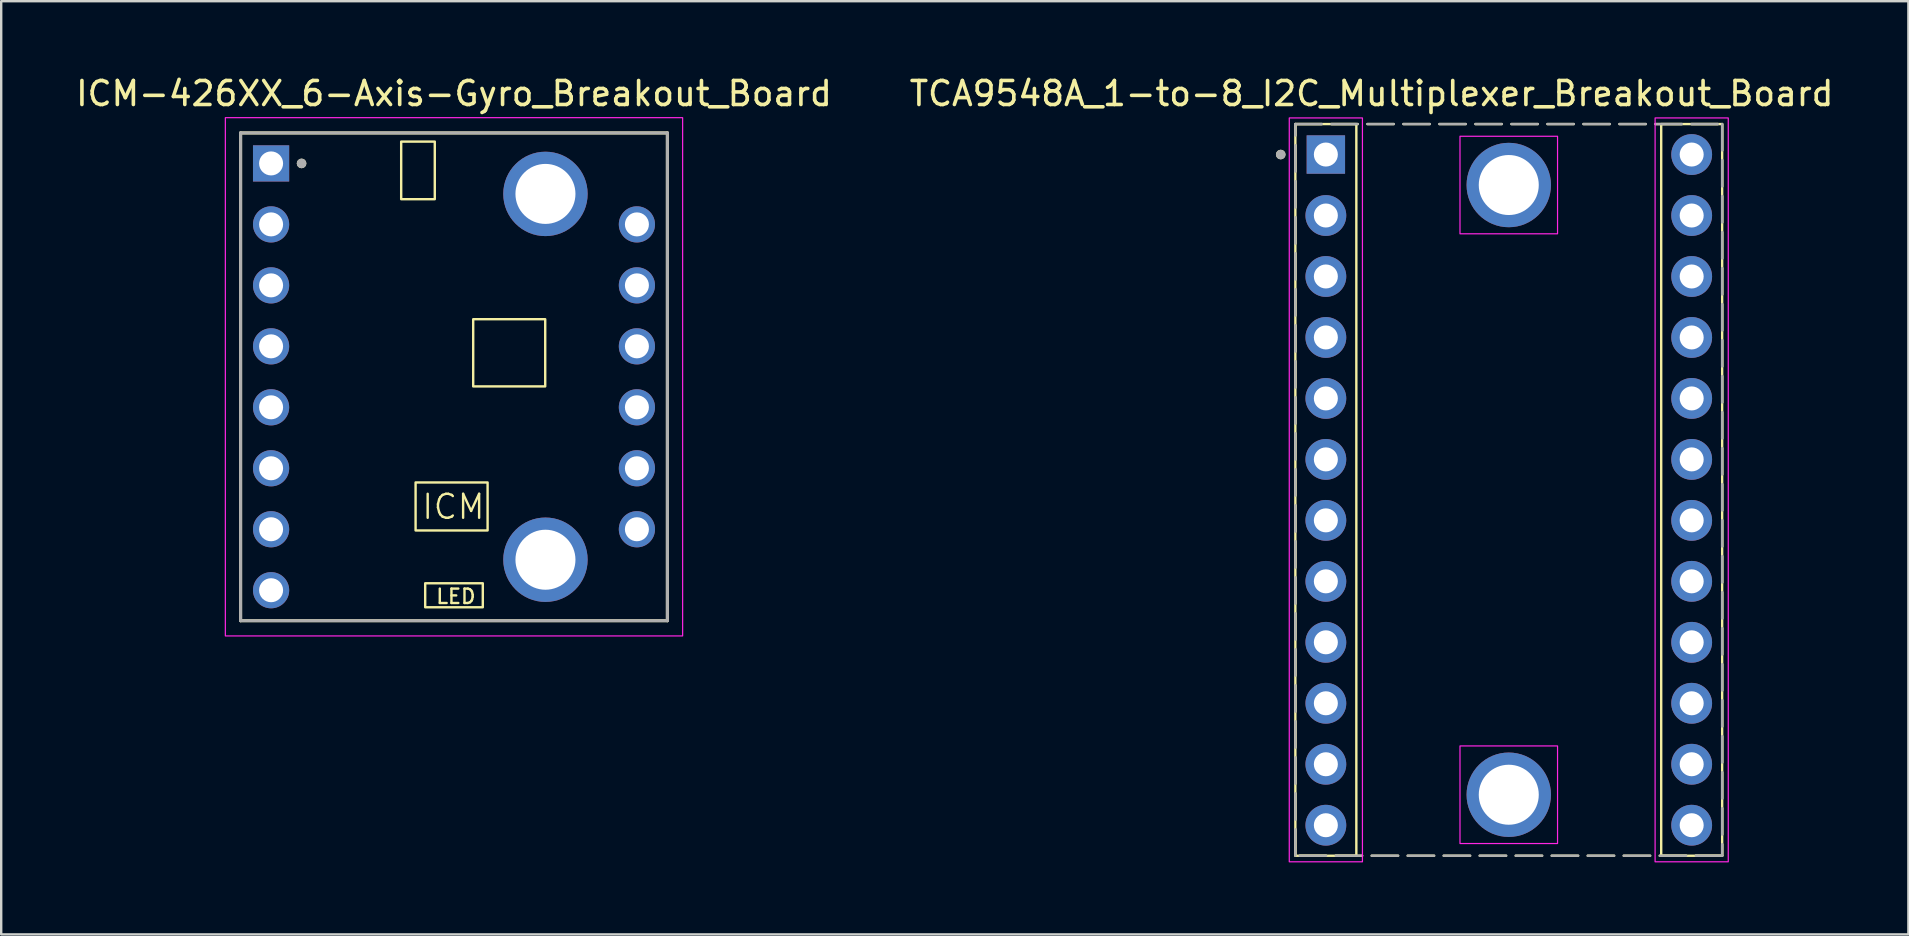
<source format=kicad_pcb>
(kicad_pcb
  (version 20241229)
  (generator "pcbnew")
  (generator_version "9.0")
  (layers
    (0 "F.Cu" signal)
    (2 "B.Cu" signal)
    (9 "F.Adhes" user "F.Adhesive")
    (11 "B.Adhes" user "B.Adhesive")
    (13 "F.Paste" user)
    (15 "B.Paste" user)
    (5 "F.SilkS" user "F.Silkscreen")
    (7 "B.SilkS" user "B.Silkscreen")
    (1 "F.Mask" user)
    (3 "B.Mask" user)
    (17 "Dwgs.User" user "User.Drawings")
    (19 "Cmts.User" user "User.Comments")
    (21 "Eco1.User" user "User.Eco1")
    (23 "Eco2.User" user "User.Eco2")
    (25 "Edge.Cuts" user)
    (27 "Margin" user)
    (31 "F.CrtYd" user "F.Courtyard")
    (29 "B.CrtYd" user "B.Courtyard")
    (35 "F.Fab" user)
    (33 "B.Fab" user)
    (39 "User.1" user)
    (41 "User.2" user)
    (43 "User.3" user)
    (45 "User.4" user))
  (footprint "ICM-426XX_6-Axis-Gyro_Breakout_Board"
    (layer "F.Cu")
    (at 15.863 12.648)
    (property "Reference" "ICM-426XX_6-Axis-Gyro_Breakout_Board" (at 0 -11.8 0) (layer "F.SilkS") (effects (font (size 1 1) (thickness 0.15))))
    (attr through_hole)
    (fp_line (start -8.89 -10.16) (end 8.89 -10.16) (stroke (width 0.127) (type solid)) (layer "F.SilkS"))
    (fp_line (start -8.89 10.16) (end -8.89 -10.16) (stroke (width 0.127) (type solid)) (layer "F.SilkS"))
    (fp_line (start 8.89 -10.16) (end 8.89 10.16) (stroke (width 0.127) (type solid)) (layer "F.SilkS"))
    (fp_line (start 8.89 10.16) (end -8.89 10.16) (stroke (width 0.127) (type solid)) (layer "F.SilkS"))
    (fp_rect (start -2.2 -9.8) (end -0.8 -7.4) (stroke (width 0.1) (type default)) (fill no) (layer "F.SilkS"))
    (fp_rect (start -1.6 4.4) (end 1.4 6.4) (stroke (width 0.1) (type default)) (fill no) (layer "F.SilkS"))
    (fp_rect (start -1.2 8.6) (end 1.2 9.6) (stroke (width 0.1) (type default)) (fill no) (layer "F.SilkS"))
    (fp_rect (start 0.8 -2.4) (end 3.8 0.4) (stroke (width 0.1) (type default)) (fill no) (layer "F.SilkS"))
    (fp_circle (center -6.35 -8.89) (end -6.25 -8.89) (stroke (width 0.2) (type solid)) (fill no) (layer "F.SilkS"))
    (fp_rect (start -9.525 -10.795) (end 9.525 10.795) (stroke (width 0.05) (type default)) (fill no) (layer "F.CrtYd"))
    (fp_line (start -8.89 -10.16) (end 8.89 -10.16) (stroke (width 0.127) (type solid)) (layer "F.Fab"))
    (fp_line (start -8.89 10.16) (end -8.89 -10.16) (stroke (width 0.127) (type solid)) (layer "F.Fab"))
    (fp_line (start -8.89 10.16) (end 8.89 10.16) (stroke (width 0.127) (type solid)) (layer "F.Fab"))
    (fp_line (start 8.89 -10.16) (end 8.89 10.16) (stroke (width 0.127) (type solid)) (layer "F.Fab"))
    (fp_circle (center -6.35 -8.89) (end -6.25 -8.89) (stroke (width 0.2) (type solid)) (fill no) (layer "F.Fab"))
    (fp_text user "LED" (at -0.8 9.5 0) (unlocked yes) (layer "F.SilkS") (effects (font (size 0.6 0.6) (thickness 0.1)) (justify left bottom)))
    (fp_text user "ICM" (at -1.4 6 0) (unlocked yes) (layer "F.SilkS") (effects (font (size 1 1) (thickness 0.1)) (justify left bottom)))
    (pad "1" thru_hole rect (at -7.62 -8.89) (size 1.508 1.508) (drill 1) (layers "*.Cu" "*.Mask"))
    (pad "2" thru_hole circle (at -7.62 -6.35) (size 1.508 1.508) (drill 1) (layers "*.Cu" "*.Mask"))
    (pad "3" thru_hole circle (at -7.62 -3.81) (size 1.508 1.508) (drill 1) (layers "*.Cu" "*.Mask"))
    (pad "4" thru_hole circle (at -7.62 -1.27) (size 1.508 1.508) (drill 1) (layers "*.Cu" "*.Mask"))
    (pad "5" thru_hole circle (at -7.62 1.27) (size 1.508 1.508) (drill 1) (layers "*.Cu" "*.Mask"))
    (pad "6" thru_hole circle (at -7.62 3.81) (size 1.508 1.508) (drill 1) (layers "*.Cu" "*.Mask"))
    (pad "7" thru_hole circle (at -7.62 6.35) (size 1.508 1.508) (drill 1) (layers "*.Cu" "*.Mask"))
    (pad "8" thru_hole circle (at -7.62 8.89) (size 1.508 1.508) (drill 1) (layers "*.Cu" "*.Mask"))
    (pad "9" thru_hole circle (at 7.62 6.35) (size 1.508 1.508) (drill 1) (layers "*.Cu" "*.Mask"))
    (pad "10" thru_hole circle (at 7.62 3.81) (size 1.508 1.508) (drill 1) (layers "*.Cu" "*.Mask"))
    (pad "11" thru_hole circle (at 7.62 1.27) (size 1.508 1.508) (drill 1) (layers "*.Cu" "*.Mask"))
    (pad "12" thru_hole circle (at 7.62 -1.27) (size 1.508 1.508) (drill 1) (layers "*.Cu" "*.Mask"))
    (pad "13" thru_hole circle (at 7.62 -3.81) (size 1.508 1.508) (drill 1) (layers "*.Cu" "*.Mask"))
    (pad "14" thru_hole circle (at 7.62 -6.35) (size 1.508 1.508) (drill 1) (layers "*.Cu" "*.Mask"))
    (pad "P1" thru_hole circle (at 3.81 -7.62) (size 3.516 3.516) (drill 2.5) (layers "*.Cu" "*.Mask"))
    (pad "P2" thru_hole circle (at 3.81 7.62) (size 3.516 3.516) (drill 2.5) (layers "*.Cu" "*.Mask"))
    (zone (net_name "") (layer "F.Cu") (hatch full 0.508) (connect_pads) (min_thickness 2.032) (filled_areas_thickness no) (keepout (tracks not_allowed) (vias not_allowed) (pads not_allowed) (copperpour not_allowed) (footprints allowed)) (placement (enabled no)) (fill) (polygon (pts (xy 21.689 5.028) (xy 21.679 5.226) (xy 21.65 5.422) (xy 21.602 5.613) (xy 21.536 5.8) (xy 21.451 5.979) (xy 21.349 6.148) (xy 21.231 6.307) (xy 21.099 6.454) (xy 20.952 6.587) (xy 20.793 6.704) (xy 20.623 6.806) (xy 20.445 6.891) (xy 20.258 6.957) (xy 20.066 7.006) (xy 19.871 7.035) (xy 19.673 7.044) (xy 19.475 7.035) (xy 19.28 7.006) (xy 19.088 6.957) (xy 18.902 6.891) (xy 18.723 6.806) (xy 18.553 6.704) (xy 18.394 6.587) (xy 18.248 6.454) (xy 18.115 6.307) (xy 17.997 6.148) (xy 17.895 5.979) (xy 17.811 5.8) (xy 17.744 5.613) (xy 17.696 5.422) (xy 17.667 5.226) (xy 17.657 5.028) (xy 17.667 4.831) (xy 17.696 4.635) (xy 17.744 4.443) (xy 17.811 4.257) (xy 17.895 4.078) (xy 17.997 3.908) (xy 18.115 3.749) (xy 18.248 3.603) (xy 18.394 3.47) (xy 18.553 3.352) (xy 18.723 3.25) (xy 18.902 3.166) (xy 19.088 3.099) (xy 19.28 3.051) (xy 19.475 3.022) (xy 19.673 3.012) (xy 19.871 3.022) (xy 20.066 3.051) (xy 20.258 3.099) (xy 20.445 3.166) (xy 20.623 3.25) (xy 20.793 3.352) (xy 20.952 3.47) (xy 21.099 3.603) (xy 21.231 3.749) (xy 21.349 3.908) (xy 21.451 4.078) (xy 21.536 4.257) (xy 21.602 4.443) (xy 21.65 4.635) (xy 21.679 4.831))))
    (zone (net_name "") (layer "F.Cu") (hatch full 0.508) (connect_pads) (min_thickness 2.032) (filled_areas_thickness no) (keepout (tracks not_allowed) (vias not_allowed) (pads not_allowed) (copperpour not_allowed) (footprints allowed)) (placement (enabled no)) (fill) (polygon (pts (xy 21.689 20.268) (xy 21.679 20.466) (xy 21.65 20.662) (xy 21.602 20.853) (xy 21.536 21.04) (xy 21.451 21.219) (xy 21.349 21.388) (xy 21.231 21.547) (xy 21.099 21.694) (xy 20.952 21.827) (xy 20.793 21.944) (xy 20.623 22.046) (xy 20.445 22.131) (xy 20.258 22.197) (xy 20.066 22.246) (xy 19.871 22.275) (xy 19.673 22.284) (xy 19.475 22.275) (xy 19.28 22.246) (xy 19.088 22.197) (xy 18.902 22.131) (xy 18.723 22.046) (xy 18.553 21.944) (xy 18.394 21.827) (xy 18.248 21.694) (xy 18.115 21.547) (xy 17.997 21.388) (xy 17.895 21.219) (xy 17.811 21.04) (xy 17.744 20.853) (xy 17.696 20.662) (xy 17.667 20.466) (xy 17.657 20.268) (xy 17.667 20.071) (xy 17.696 19.875) (xy 17.744 19.683) (xy 17.811 19.497) (xy 17.895 19.318) (xy 17.997 19.148) (xy 18.115 18.989) (xy 18.248 18.843) (xy 18.394 18.71) (xy 18.553 18.592) (xy 18.723 18.49) (xy 18.902 18.406) (xy 19.088 18.339) (xy 19.28 18.291) (xy 19.475 18.262) (xy 19.673 18.252) (xy 19.871 18.262) (xy 20.066 18.291) (xy 20.258 18.339) (xy 20.445 18.406) (xy 20.623 18.49) (xy 20.793 18.592) (xy 20.952 18.71) (xy 21.099 18.843) (xy 21.231 18.989) (xy 21.349 19.148) (xy 21.451 19.318) (xy 21.536 19.497) (xy 21.602 19.683) (xy 21.65 19.875) (xy 21.679 20.071))))
    (zone (net_name "") (layer "B.Cu") (hatch full 0.508) (connect_pads) (min_thickness 2.032) (filled_areas_thickness no) (keepout (tracks not_allowed) (vias not_allowed) (pads not_allowed) (copperpour not_allowed) (footprints allowed)) (placement (enabled no)) (fill) (polygon (pts (xy 21.689 5.028) (xy 21.679 5.226) (xy 21.65 5.422) (xy 21.602 5.613) (xy 21.536 5.8) (xy 21.451 5.979) (xy 21.349 6.148) (xy 21.231 6.307) (xy 21.099 6.454) (xy 20.952 6.587) (xy 20.793 6.704) (xy 20.623 6.806) (xy 20.445 6.891) (xy 20.258 6.957) (xy 20.066 7.006) (xy 19.871 7.035) (xy 19.673 7.044) (xy 19.475 7.035) (xy 19.28 7.006) (xy 19.088 6.957) (xy 18.902 6.891) (xy 18.723 6.806) (xy 18.553 6.704) (xy 18.394 6.587) (xy 18.248 6.454) (xy 18.115 6.307) (xy 17.997 6.148) (xy 17.895 5.979) (xy 17.811 5.8) (xy 17.744 5.613) (xy 17.696 5.422) (xy 17.667 5.226) (xy 17.657 5.028) (xy 17.667 4.831) (xy 17.696 4.635) (xy 17.744 4.443) (xy 17.811 4.257) (xy 17.895 4.078) (xy 17.997 3.908) (xy 18.115 3.749) (xy 18.248 3.603) (xy 18.394 3.47) (xy 18.553 3.352) (xy 18.723 3.25) (xy 18.902 3.166) (xy 19.088 3.099) (xy 19.28 3.051) (xy 19.475 3.022) (xy 19.673 3.012) (xy 19.871 3.022) (xy 20.066 3.051) (xy 20.258 3.099) (xy 20.445 3.166) (xy 20.623 3.25) (xy 20.793 3.352) (xy 20.952 3.47) (xy 21.099 3.603) (xy 21.231 3.749) (xy 21.349 3.908) (xy 21.451 4.078) (xy 21.536 4.257) (xy 21.602 4.443) (xy 21.65 4.635) (xy 21.679 4.831))))
    (zone (net_name "") (layer "B.Cu") (hatch full 0.508) (connect_pads) (min_thickness 2.032) (filled_areas_thickness no) (keepout (tracks not_allowed) (vias not_allowed) (pads not_allowed) (copperpour not_allowed) (footprints allowed)) (placement (enabled no)) (fill) (polygon (pts (xy 21.689 20.268) (xy 21.679 20.466) (xy 21.65 20.662) (xy 21.602 20.853) (xy 21.536 21.04) (xy 21.451 21.219) (xy 21.349 21.388) (xy 21.231 21.547) (xy 21.099 21.694) (xy 20.952 21.827) (xy 20.793 21.944) (xy 20.623 22.046) (xy 20.445 22.131) (xy 20.258 22.197) (xy 20.066 22.246) (xy 19.871 22.275) (xy 19.673 22.284) (xy 19.475 22.275) (xy 19.28 22.246) (xy 19.088 22.197) (xy 18.902 22.131) (xy 18.723 22.046) (xy 18.553 21.944) (xy 18.394 21.827) (xy 18.248 21.694) (xy 18.115 21.547) (xy 17.997 21.388) (xy 17.895 21.219) (xy 17.811 21.04) (xy 17.744 20.853) (xy 17.696 20.662) (xy 17.667 20.466) (xy 17.657 20.268) (xy 17.667 20.071) (xy 17.696 19.875) (xy 17.744 19.683) (xy 17.811 19.497) (xy 17.895 19.318) (xy 17.997 19.148) (xy 18.115 18.989) (xy 18.248 18.843) (xy 18.394 18.71) (xy 18.553 18.592) (xy 18.723 18.49) (xy 18.902 18.406) (xy 19.088 18.339) (xy 19.28 18.291) (xy 19.475 18.262) (xy 19.673 18.252) (xy 19.871 18.262) (xy 20.066 18.291) (xy 20.258 18.339) (xy 20.445 18.406) (xy 20.623 18.49) (xy 20.793 18.592) (xy 20.952 18.71) (xy 21.099 18.843) (xy 21.231 18.989) (xy 21.349 19.148) (xy 21.451 19.318) (xy 21.536 19.497) (xy 21.602 19.683) (xy 21.65 19.875) (xy 21.679 20.071)))))
  (footprint "TCA9548A_1-to-8_I2C_Multiplexer_Breakout_Board"
    (layer "F.Cu")
    (at 59.804 17.358)
    (property "Reference" "TCA9548A_1-to-8_I2C_Multiplexer_Breakout_Board" (at -5.715 -16.51 0) (layer "F.SilkS") (effects (font (size 1 1) (thickness 0.15))))
    (attr through_hole)
    (fp_rect (start -8.89 -15.24) (end -6.35 15.24) (stroke (width 0.1) (type default)) (fill no) (layer "F.SilkS"))
    (fp_rect (start -8.89 -15.24) (end 8.89 15.24) (stroke (width 0.1) (type dash)) (fill no) (layer "F.SilkS"))
    (fp_rect (start 6.35 -15.24) (end 8.89 15.24) (stroke (width 0.1) (type default)) (fill no) (layer "F.SilkS"))
    (fp_circle (center -9.5 -13.97) (end -9.4 -13.97) (stroke (width 0.2) (type solid)) (fill no) (layer "F.SilkS"))
    (fp_rect (start -9.144 -15.494) (end -6.096 15.494) (stroke (width 0.05) (type default)) (fill no) (layer "F.CrtYd"))
    (fp_rect (start -2.032 -14.732) (end 2.032 -10.668) (stroke (width 0.05) (type default)) (fill no) (layer "F.CrtYd"))
    (fp_rect (start -2.032 10.668) (end 2.032 14.732) (stroke (width 0.05) (type default)) (fill no) (layer "F.CrtYd"))
    (fp_rect (start 6.096 -15.494) (end 9.144 15.494) (stroke (width 0.05) (type default)) (fill no) (layer "F.CrtYd"))
    (fp_rect (start -8.89 -15.24) (end 8.89 15.24) (stroke (width 0.1) (type dash)) (fill no) (layer "F.Fab"))
    (fp_circle (center -9.5 -13.97) (end -9.4 -13.97) (stroke (width 0.2) (type solid)) (fill no) (layer "F.Fab"))
    (pad "1" thru_hole rect (at -7.62 -13.97) (size 1.6 1.6) (drill 1) (layers "*.Cu" "*.Mask"))
    (pad "2" thru_hole circle (at -7.62 -11.43) (size 1.7 1.7) (drill 1) (layers "*.Cu" "*.Mask"))
    (pad "2" thru_hole circle (at 0 -12.7) (size 3.516 3.516) (drill 2.5) (layers "*.Cu" "*.Mask"))
    (pad "2" thru_hole circle (at 0 12.7) (size 3.516 3.516) (drill 2.5) (layers "*.Cu" "*.Mask"))
    (pad "3" thru_hole circle (at -7.62 -8.89) (size 1.7 1.7) (drill 1) (layers "*.Cu" "*.Mask"))
    (pad "4" thru_hole circle (at -7.62 -6.35) (size 1.7 1.7) (drill 1) (layers "*.Cu" "*.Mask"))
    (pad "5" thru_hole circle (at -7.62 -3.81) (size 1.7 1.7) (drill 1) (layers "*.Cu" "*.Mask"))
    (pad "6" thru_hole circle (at -7.62 -1.27) (size 1.7 1.7) (drill 1) (layers "*.Cu" "*.Mask"))
    (pad "7" thru_hole circle (at -7.62 1.27) (size 1.7 1.7) (drill 1) (layers "*.Cu" "*.Mask"))
    (pad "8" thru_hole circle (at -7.62 3.81) (size 1.7 1.7) (drill 1) (layers "*.Cu" "*.Mask"))
    (pad "9" thru_hole circle (at -7.62 6.35) (size 1.7 1.7) (drill 1) (layers "*.Cu" "*.Mask"))
    (pad "10" thru_hole circle (at -7.62 8.89) (size 1.7 1.7) (drill 1) (layers "*.Cu" "*.Mask"))
    (pad "11" thru_hole circle (at -7.62 11.43) (size 1.7 1.7) (drill 1) (layers "*.Cu" "*.Mask"))
    (pad "12" thru_hole circle (at -7.62 13.97) (size 1.7 1.7) (drill 1) (layers "*.Cu" "*.Mask"))
    (pad "13" thru_hole circle (at 7.62 13.97) (size 1.7 1.7) (drill 1) (layers "*.Cu" "*.Mask"))
    (pad "14" thru_hole circle (at 7.62 11.43) (size 1.7 1.7) (drill 1) (layers "*.Cu" "*.Mask"))
    (pad "15" thru_hole circle (at 7.62 8.89) (size 1.7 1.7) (drill 1) (layers "*.Cu" "*.Mask"))
    (pad "16" thru_hole circle (at 7.62 6.35) (size 1.7 1.7) (drill 1) (layers "*.Cu" "*.Mask"))
    (pad "17" thru_hole circle (at 7.62 3.81) (size 1.7 1.7) (drill 1) (layers "*.Cu" "*.Mask"))
    (pad "18" thru_hole circle (at 7.62 1.27) (size 1.7 1.7) (drill 1) (layers "*.Cu" "*.Mask"))
    (pad "19" thru_hole circle (at 7.62 -1.27) (size 1.7 1.7) (drill 1) (layers "*.Cu" "*.Mask"))
    (pad "20" thru_hole circle (at 7.62 -3.81) (size 1.7 1.7) (drill 1) (layers "*.Cu" "*.Mask"))
    (pad "21" thru_hole circle (at 7.62 -6.35) (size 1.7 1.7) (drill 1) (layers "*.Cu" "*.Mask"))
    (pad "22" thru_hole circle (at 7.62 -8.89) (size 1.7 1.7) (drill 1) (layers "*.Cu" "*.Mask"))
    (pad "23" thru_hole circle (at 7.62 -11.43) (size 1.7 1.7) (drill 1) (layers "*.Cu" "*.Mask"))
    (pad "24" thru_hole circle (at 7.62 -13.97) (size 1.7 1.7) (drill 1) (layers "*.Cu" "*.Mask"))
    (zone (net_name "") (layer "F.Cu") (hatch full 0.508) (connect_pads) (min_thickness 2.032) (filled_areas_thickness no) (keepout (tracks not_allowed) (vias not_allowed) (pads not_allowed) (copperpour not_allowed) (footprints allowed)) (placement (enabled no)) (fill) (polygon (pts (xy 61.82 4.658) (xy 61.811 4.856) (xy 61.782 5.052) (xy 61.733 5.243) (xy 61.667 5.43) (xy 61.582 5.609) (xy 61.481 5.778) (xy 61.363 5.937) (xy 61.23 6.084) (xy 61.083 6.217) (xy 60.924 6.334) (xy 60.755 6.436) (xy 60.576 6.521) (xy 60.39 6.587) (xy 60.198 6.636) (xy 60.002 6.665) (xy 59.804 6.674) (xy 59.607 6.665) (xy 59.411 6.636) (xy 59.219 6.587) (xy 59.033 6.521) (xy 58.854 6.436) (xy 58.684 6.334) (xy 58.525 6.217) (xy 58.379 6.084) (xy 58.246 5.937) (xy 58.128 5.778) (xy 58.026 5.609) (xy 57.942 5.43) (xy 57.875 5.243) (xy 57.827 5.052) (xy 57.798 4.856) (xy 57.788 4.658) (xy 57.798 4.461) (xy 57.827 4.265) (xy 57.875 4.073) (xy 57.942 3.887) (xy 58.026 3.708) (xy 58.128 3.538) (xy 58.246 3.379) (xy 58.379 3.233) (xy 58.525 3.1) (xy 58.684 2.982) (xy 58.854 2.88) (xy 59.033 2.796) (xy 59.219 2.729) (xy 59.411 2.681) (xy 59.607 2.652) (xy 59.804 2.642) (xy 60.002 2.652) (xy 60.198 2.681) (xy 60.39 2.729) (xy 60.576 2.796) (xy 60.755 2.88) (xy 60.924 2.982) (xy 61.083 3.1) (xy 61.23 3.233) (xy 61.363 3.379) (xy 61.481 3.538) (xy 61.582 3.708) (xy 61.667 3.887) (xy 61.733 4.073) (xy 61.782 4.265) (xy 61.811 4.461))))
    (zone (net_name "") (layer "F.Cu") (hatch full 0.508) (connect_pads) (min_thickness 2.032) (filled_areas_thickness no) (keepout (tracks not_allowed) (vias not_allowed) (pads not_allowed) (copperpour not_allowed) (footprints allowed)) (placement (enabled no)) (fill) (polygon (pts (xy 61.82 30.058) (xy 61.811 30.256) (xy 61.782 30.452) (xy 61.733 30.643) (xy 61.667 30.83) (xy 61.582 31.009) (xy 61.481 31.178) (xy 61.363 31.337) (xy 61.23 31.484) (xy 61.083 31.617) (xy 60.924 31.734) (xy 60.755 31.836) (xy 60.576 31.921) (xy 60.39 31.987) (xy 60.198 32.036) (xy 60.002 32.065) (xy 59.804 32.074) (xy 59.607 32.065) (xy 59.411 32.036) (xy 59.219 31.987) (xy 59.033 31.921) (xy 58.854 31.836) (xy 58.684 31.734) (xy 58.525 31.617) (xy 58.379 31.484) (xy 58.246 31.337) (xy 58.128 31.178) (xy 58.026 31.009) (xy 57.942 30.83) (xy 57.875 30.643) (xy 57.827 30.452) (xy 57.798 30.256) (xy 57.788 30.058) (xy 57.798 29.861) (xy 57.827 29.665) (xy 57.875 29.473) (xy 57.942 29.287) (xy 58.026 29.108) (xy 58.128 28.938) (xy 58.246 28.779) (xy 58.379 28.633) (xy 58.525 28.5) (xy 58.684 28.382) (xy 58.854 28.28) (xy 59.033 28.196) (xy 59.219 28.129) (xy 59.411 28.081) (xy 59.607 28.052) (xy 59.804 28.042) (xy 60.002 28.052) (xy 60.198 28.081) (xy 60.39 28.129) (xy 60.576 28.196) (xy 60.755 28.28) (xy 60.924 28.382) (xy 61.083 28.5) (xy 61.23 28.633) (xy 61.363 28.779) (xy 61.481 28.938) (xy 61.582 29.108) (xy 61.667 29.287) (xy 61.733 29.473) (xy 61.782 29.665) (xy 61.811 29.861))))
    (zone (net_name "") (layer "B.Cu") (hatch full 0.508) (connect_pads) (min_thickness 2.032) (filled_areas_thickness no) (keepout (tracks not_allowed) (vias not_allowed) (pads not_allowed) (copperpour not_allowed) (footprints allowed)) (placement (enabled no)) (fill) (polygon (pts (xy 61.82 4.658) (xy 61.811 4.856) (xy 61.782 5.052) (xy 61.733 5.243) (xy 61.667 5.43) (xy 61.582 5.609) (xy 61.481 5.778) (xy 61.363 5.937) (xy 61.23 6.084) (xy 61.083 6.217) (xy 60.924 6.334) (xy 60.755 6.436) (xy 60.576 6.521) (xy 60.39 6.587) (xy 60.198 6.636) (xy 60.002 6.665) (xy 59.804 6.674) (xy 59.607 6.665) (xy 59.411 6.636) (xy 59.219 6.587) (xy 59.033 6.521) (xy 58.854 6.436) (xy 58.684 6.334) (xy 58.525 6.217) (xy 58.379 6.084) (xy 58.246 5.937) (xy 58.128 5.778) (xy 58.026 5.609) (xy 57.942 5.43) (xy 57.875 5.243) (xy 57.827 5.052) (xy 57.798 4.856) (xy 57.788 4.658) (xy 57.798 4.461) (xy 57.827 4.265) (xy 57.875 4.073) (xy 57.942 3.887) (xy 58.026 3.708) (xy 58.128 3.538) (xy 58.246 3.379) (xy 58.379 3.233) (xy 58.525 3.1) (xy 58.684 2.982) (xy 58.854 2.88) (xy 59.033 2.796) (xy 59.219 2.729) (xy 59.411 2.681) (xy 59.607 2.652) (xy 59.804 2.642) (xy 60.002 2.652) (xy 60.198 2.681) (xy 60.39 2.729) (xy 60.576 2.796) (xy 60.755 2.88) (xy 60.924 2.982) (xy 61.083 3.1) (xy 61.23 3.233) (xy 61.363 3.379) (xy 61.481 3.538) (xy 61.582 3.708) (xy 61.667 3.887) (xy 61.733 4.073) (xy 61.782 4.265) (xy 61.811 4.461))))
    (zone (net_name "") (layer "B.Cu") (hatch full 0.508) (connect_pads) (min_thickness 2.032) (filled_areas_thickness no) (keepout (tracks not_allowed) (vias not_allowed) (pads not_allowed) (copperpour not_allowed) (footprints allowed)) (placement (enabled no)) (fill) (polygon (pts (xy 61.82 30.058) (xy 61.811 30.256) (xy 61.782 30.452) (xy 61.733 30.643) (xy 61.667 30.83) (xy 61.582 31.009) (xy 61.481 31.178) (xy 61.363 31.337) (xy 61.23 31.484) (xy 61.083 31.617) (xy 60.924 31.734) (xy 60.755 31.836) (xy 60.576 31.921) (xy 60.39 31.987) (xy 60.198 32.036) (xy 60.002 32.065) (xy 59.804 32.074) (xy 59.607 32.065) (xy 59.411 32.036) (xy 59.219 31.987) (xy 59.033 31.921) (xy 58.854 31.836) (xy 58.684 31.734) (xy 58.525 31.617) (xy 58.379 31.484) (xy 58.246 31.337) (xy 58.128 31.178) (xy 58.026 31.009) (xy 57.942 30.83) (xy 57.875 30.643) (xy 57.827 30.452) (xy 57.798 30.256) (xy 57.788 30.058) (xy 57.798 29.861) (xy 57.827 29.665) (xy 57.875 29.473) (xy 57.942 29.287) (xy 58.026 29.108) (xy 58.128 28.938) (xy 58.246 28.779) (xy 58.379 28.633) (xy 58.525 28.5) (xy 58.684 28.382) (xy 58.854 28.28) (xy 59.033 28.196) (xy 59.219 28.129) (xy 59.411 28.081) (xy 59.607 28.052) (xy 59.804 28.042) (xy 60.002 28.052) (xy 60.198 28.081) (xy 60.39 28.129) (xy 60.576 28.196) (xy 60.755 28.28) (xy 60.924 28.382) (xy 61.083 28.5) (xy 61.23 28.633) (xy 61.363 28.779) (xy 61.481 28.938) (xy 61.582 29.108) (xy 61.667 29.287) (xy 61.733 29.473) (xy 61.782 29.665) (xy 61.811 29.861)))))
  (gr_rect
    (start -3 -3)
    (end 76.452 35.877)
    (stroke (width 0.1) (type default))
    (fill no)
    (layer "Edge.Cuts")))
</source>
